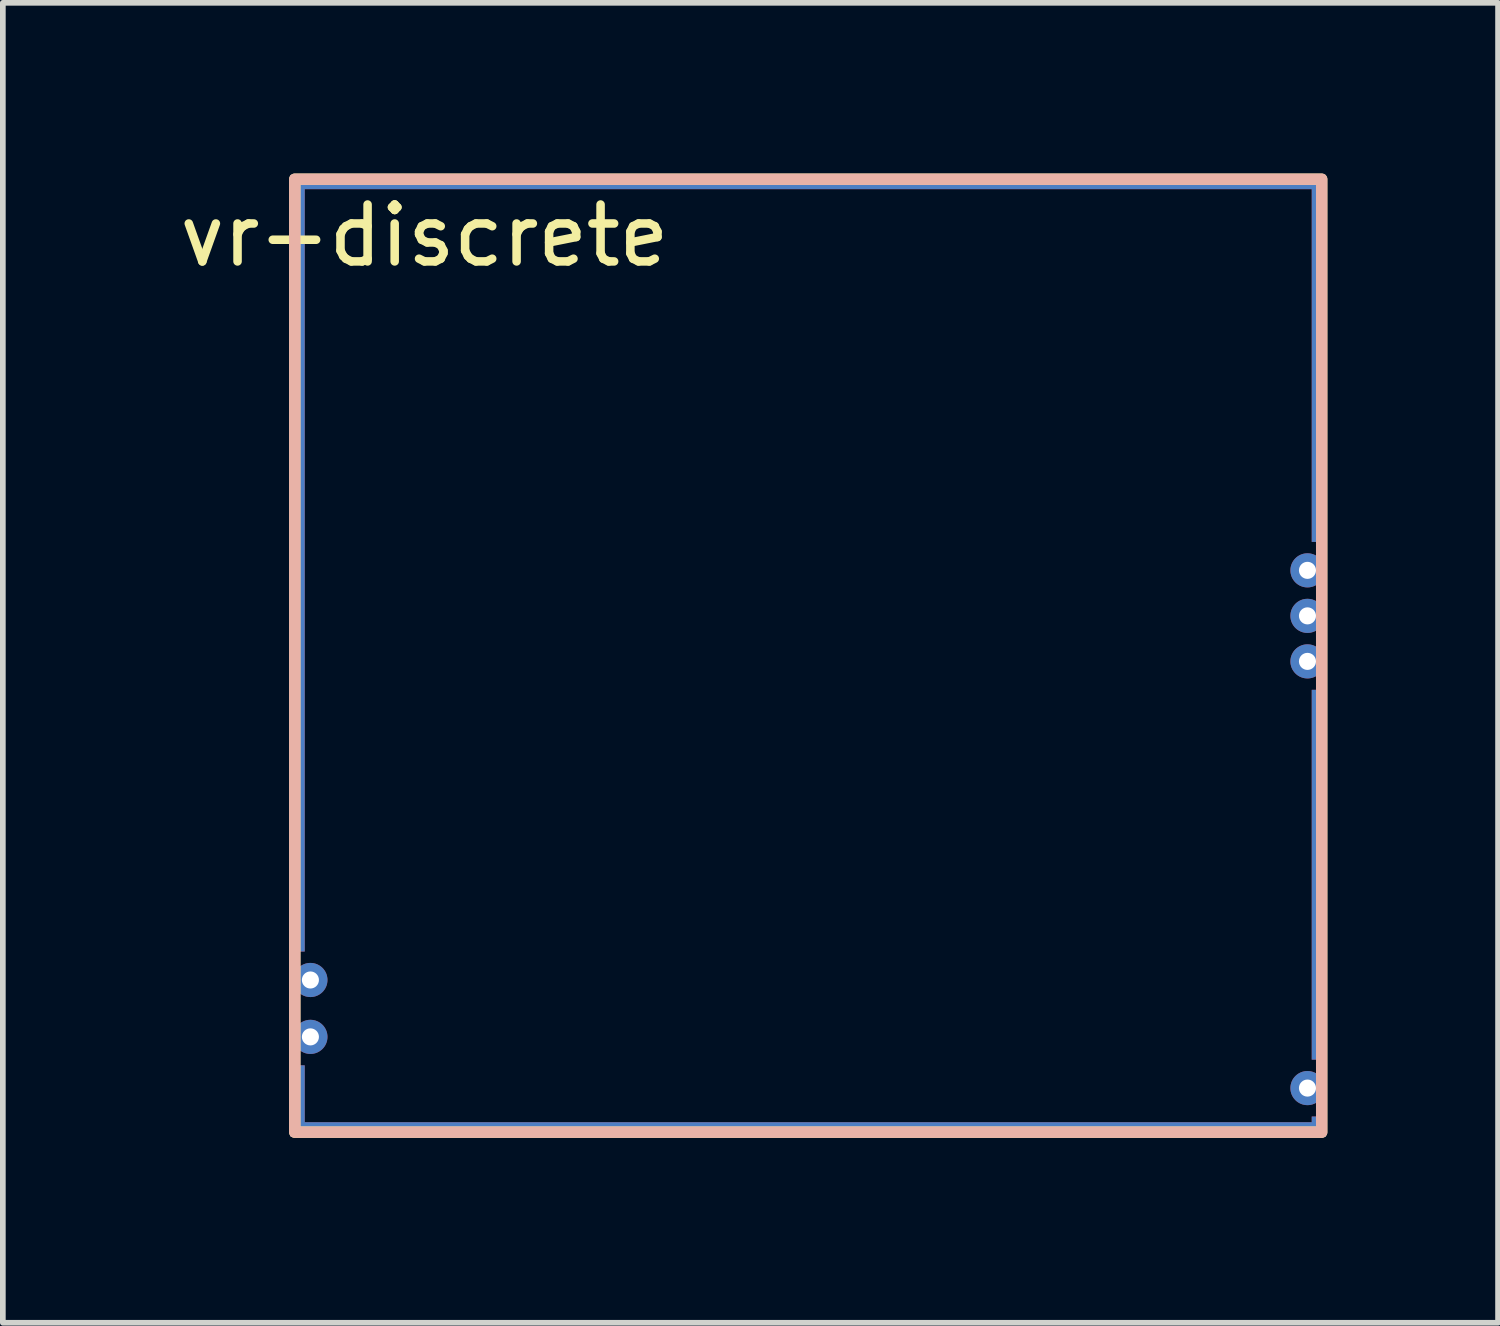
<source format=kicad_pcb>
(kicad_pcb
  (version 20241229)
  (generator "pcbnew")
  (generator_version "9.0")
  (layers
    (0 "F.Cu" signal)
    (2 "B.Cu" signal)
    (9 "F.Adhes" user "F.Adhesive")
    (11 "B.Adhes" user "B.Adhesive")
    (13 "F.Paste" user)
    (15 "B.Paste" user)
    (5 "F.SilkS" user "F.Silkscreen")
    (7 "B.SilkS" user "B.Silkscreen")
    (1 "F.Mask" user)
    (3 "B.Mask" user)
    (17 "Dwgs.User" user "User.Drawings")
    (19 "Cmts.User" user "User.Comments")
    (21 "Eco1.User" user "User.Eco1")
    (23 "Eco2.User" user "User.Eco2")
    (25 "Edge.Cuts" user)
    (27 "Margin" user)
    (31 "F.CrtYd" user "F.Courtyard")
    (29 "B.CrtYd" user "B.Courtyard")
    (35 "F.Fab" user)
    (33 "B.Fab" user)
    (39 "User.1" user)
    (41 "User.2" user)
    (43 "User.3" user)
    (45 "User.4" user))
  (footprint "vr-discrete"
    (layer "F.Cu")
    (at 2.031 16.95)
    (property "Reference" "vr-discrete" (at 2.38 -15.86 0) (unlocked yes) (layer "F.SilkS") (effects (font (size 1 1) (thickness 0.15))))
    (fp_rect (start 18.15 -16.85) (end 0.1 -0.1) (stroke (width 0.2) (type solid)) (fill no) (layer "F.SilkS"))
    (fp_rect (start 18.15 -16.85) (end 0.1 -0.1) (stroke (width 0.2) (type solid)) (fill no) (layer "B.SilkS"))
    (pad "E1" thru_hole circle (at 17.9 -0.875 180) (size 0.6 0.6) (drill 0.3) (layers "*.Cu" "*.Mask"))
    (pad "E2" thru_hole circle (at 17.9 -8.375 180) (size 0.6 0.6) (drill 0.3) (layers "*.Cu" "*.Mask"))
    (pad "E3" thru_hole circle (at 17.9 -9.175 180) (size 0.6 0.6) (drill 0.3) (layers "*.Cu" "*.Mask"))
    (pad "E4" thru_hole circle (at 17.9 -9.975 180) (size 0.6 0.6) (drill 0.3) (layers "*.Cu" "*.Mask"))
    (pad "G" smd rect (at 0.15 -10.1) (size 0.25 13.65) (layers "F.Cu"))
    (pad "G" smd rect (at 0.15 -10.1) (size 0.25 13.65) (layers "B.Cu"))
    (pad "G" smd rect (at 0.15 -0.65) (size 0.25 1.25) (layers "F.Cu"))
    (pad "G" smd rect (at 0.15 -0.65) (size 0.25 1.25) (layers "B.Cu"))
    (pad "G" smd rect (at 9.125 -16.8 90) (size 0.25 18.2) (layers "F.Cu"))
    (pad "G" smd rect (at 9.125 -16.8 90) (size 0.25 18.2) (layers "B.Cu"))
    (pad "G" smd rect (at 9.125 -0.15 90) (size 0.25 18.2) (layers "F.Cu"))
    (pad "G" smd rect (at 9.125 -0.15 90) (size 0.25 18.2) (layers "B.Cu"))
    (pad "G" smd rect (at 18.1 -13.7) (size 0.25 6.45) (layers "F.Cu"))
    (pad "G" smd rect (at 18.1 -13.7) (size 0.25 6.45) (layers "B.Cu"))
    (pad "G" smd rect (at 18.1 -4.625) (size 0.25 6.5) (layers "F.Cu"))
    (pad "G" smd rect (at 18.1 -4.625) (size 0.25 6.5) (layers "B.Cu"))
    (pad "G" smd rect (at 18.1 -0.2) (size 0.25 0.35) (layers "F.Cu"))
    (pad "G" smd rect (at 18.1 -0.2) (size 0.25 0.35) (layers "B.Cu"))
    (pad "W1" thru_hole circle (at 0.375 -2.775 180) (size 0.6 0.6) (drill 0.3) (layers "*.Cu" "*.Mask"))
    (pad "W2" thru_hole circle (at 0.375 -1.775 180) (size 0.6 0.6) (drill 0.3) (layers "*.Cu" "*.Mask"))
    (zone (net_name "") (layers "F.Cu" "B.Cu") (hatch edge 0.508) (connect_pads) (min_thickness 0.254) (filled_areas_thickness no) (keepout (tracks allowed) (vias allowed) (pads allowed) (copperpour not_allowed) (footprints allowed)) (placement (enabled no)) (fill) (polygon (pts (xy 20.056 16.75) (xy 2.231 16.725) (xy 2.206 0.225) (xy 20.056 0.225)))))
  (gr_rect
    (start -3 -3)
    (end 23.281 20.2)
    (stroke (width 0.1) (type default))
    (fill no)
    (layer "Edge.Cuts")))
</source>
